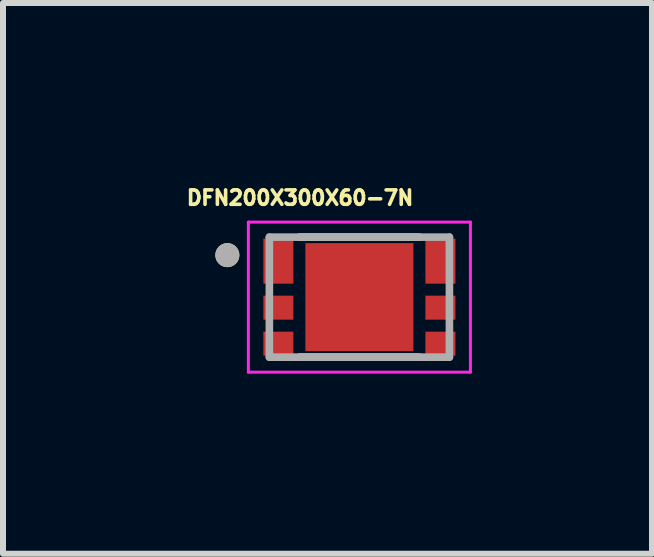
<source format=kicad_pcb>
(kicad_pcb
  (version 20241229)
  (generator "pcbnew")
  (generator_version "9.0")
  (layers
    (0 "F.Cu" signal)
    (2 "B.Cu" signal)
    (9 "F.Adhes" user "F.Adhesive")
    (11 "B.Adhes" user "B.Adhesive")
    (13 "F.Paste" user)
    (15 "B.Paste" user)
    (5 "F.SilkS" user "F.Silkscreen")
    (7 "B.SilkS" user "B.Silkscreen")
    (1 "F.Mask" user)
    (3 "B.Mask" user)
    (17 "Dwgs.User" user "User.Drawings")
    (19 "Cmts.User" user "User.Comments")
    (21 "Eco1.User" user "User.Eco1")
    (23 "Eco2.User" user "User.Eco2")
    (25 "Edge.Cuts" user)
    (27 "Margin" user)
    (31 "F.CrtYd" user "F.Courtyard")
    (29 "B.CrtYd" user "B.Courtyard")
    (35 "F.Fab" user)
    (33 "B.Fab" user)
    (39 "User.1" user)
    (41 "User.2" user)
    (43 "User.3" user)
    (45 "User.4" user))
  (footprint "DFN200X300X60-7N"
    (layer "F.Cu")
    (at 2.938 1.901)
    (property "Reference" "DFN200X300X60-7N" (at -0.989 -1.655 0) (layer "F.SilkS") (effects (font (size 0.24 0.24) (thickness 0.15))))
    (attr smd)
    (fp_line (start -1 -1) (end 1 -1) (stroke (width 0.127) (type solid)) (layer "F.SilkS"))
    (fp_line (start -1 1) (end 1 1) (stroke (width 0.127) (type solid)) (layer "F.SilkS"))
    (fp_circle (center -2.2 -0.7) (end -2.1 -0.7) (stroke (width 0.2) (type solid)) (fill no) (layer "F.SilkS"))
    (fp_poly (pts (xy -0.571 -0.57) (xy 0.57 -0.57) (xy 0.57 0.571) (xy -0.571 0.571)) (stroke (width 0.01) (type solid)) (fill yes) (layer "F.Paste"))
    (fp_line (start -1.85 -1.25) (end 1.85 -1.25) (stroke (width 0.05) (type solid)) (layer "F.CrtYd"))
    (fp_line (start -1.85 1.25) (end -1.85 -1.25) (stroke (width 0.05) (type solid)) (layer "F.CrtYd"))
    (fp_line (start 1.85 -1.25) (end 1.85 1.25) (stroke (width 0.05) (type solid)) (layer "F.CrtYd"))
    (fp_line (start 1.85 1.25) (end -1.85 1.25) (stroke (width 0.05) (type solid)) (layer "F.CrtYd"))
    (fp_line (start -1.5 -1) (end 1.5 -1) (stroke (width 0.127) (type solid)) (layer "F.Fab"))
    (fp_line (start -1.5 1) (end -1.5 -1) (stroke (width 0.127) (type solid)) (layer "F.Fab"))
    (fp_line (start 1.5 -1) (end 1.5 1) (stroke (width 0.127) (type solid)) (layer "F.Fab"))
    (fp_line (start 1.5 1) (end -1.5 1) (stroke (width 0.127) (type solid)) (layer "F.Fab"))
    (fp_circle (center -2.2 -0.7) (end -2.1 -0.7) (stroke (width 0.2) (type solid)) (fill no) (layer "F.Fab"))
    (pad "1" smd rect (at -1.35 -0.6 270) (size 0.75 0.5) (layers "F.Cu" "F.Mask" "F.Paste"))
    (pad "2" smd rect (at -1.35 0.175 90) (size 0.4 0.5) (layers "F.Cu" "F.Mask" "F.Paste"))
    (pad "3" smd rect (at -1.35 0.775 90) (size 0.4 0.5) (layers "F.Cu" "F.Mask" "F.Paste"))
    (pad "4" smd rect (at 1.35 0.775 90) (size 0.4 0.5) (layers "F.Cu" "F.Mask" "F.Paste"))
    (pad "5" smd rect (at 1.35 0.175 90) (size 0.4 0.5) (layers "F.Cu" "F.Mask" "F.Paste"))
    (pad "6" smd rect (at 1.35 -0.6 270) (size 0.75 0.5) (layers "F.Cu" "F.Mask" "F.Paste"))
    (pad "7" smd rect (at 0 0 90) (size 1.8 1.8) (layers "F.Cu" "F.Mask")))
  (gr_rect
    (start -3 -3)
    (end 7.813 6.176)
    (stroke (width 0.1) (type default))
    (fill no)
    (layer "Edge.Cuts")))
</source>
